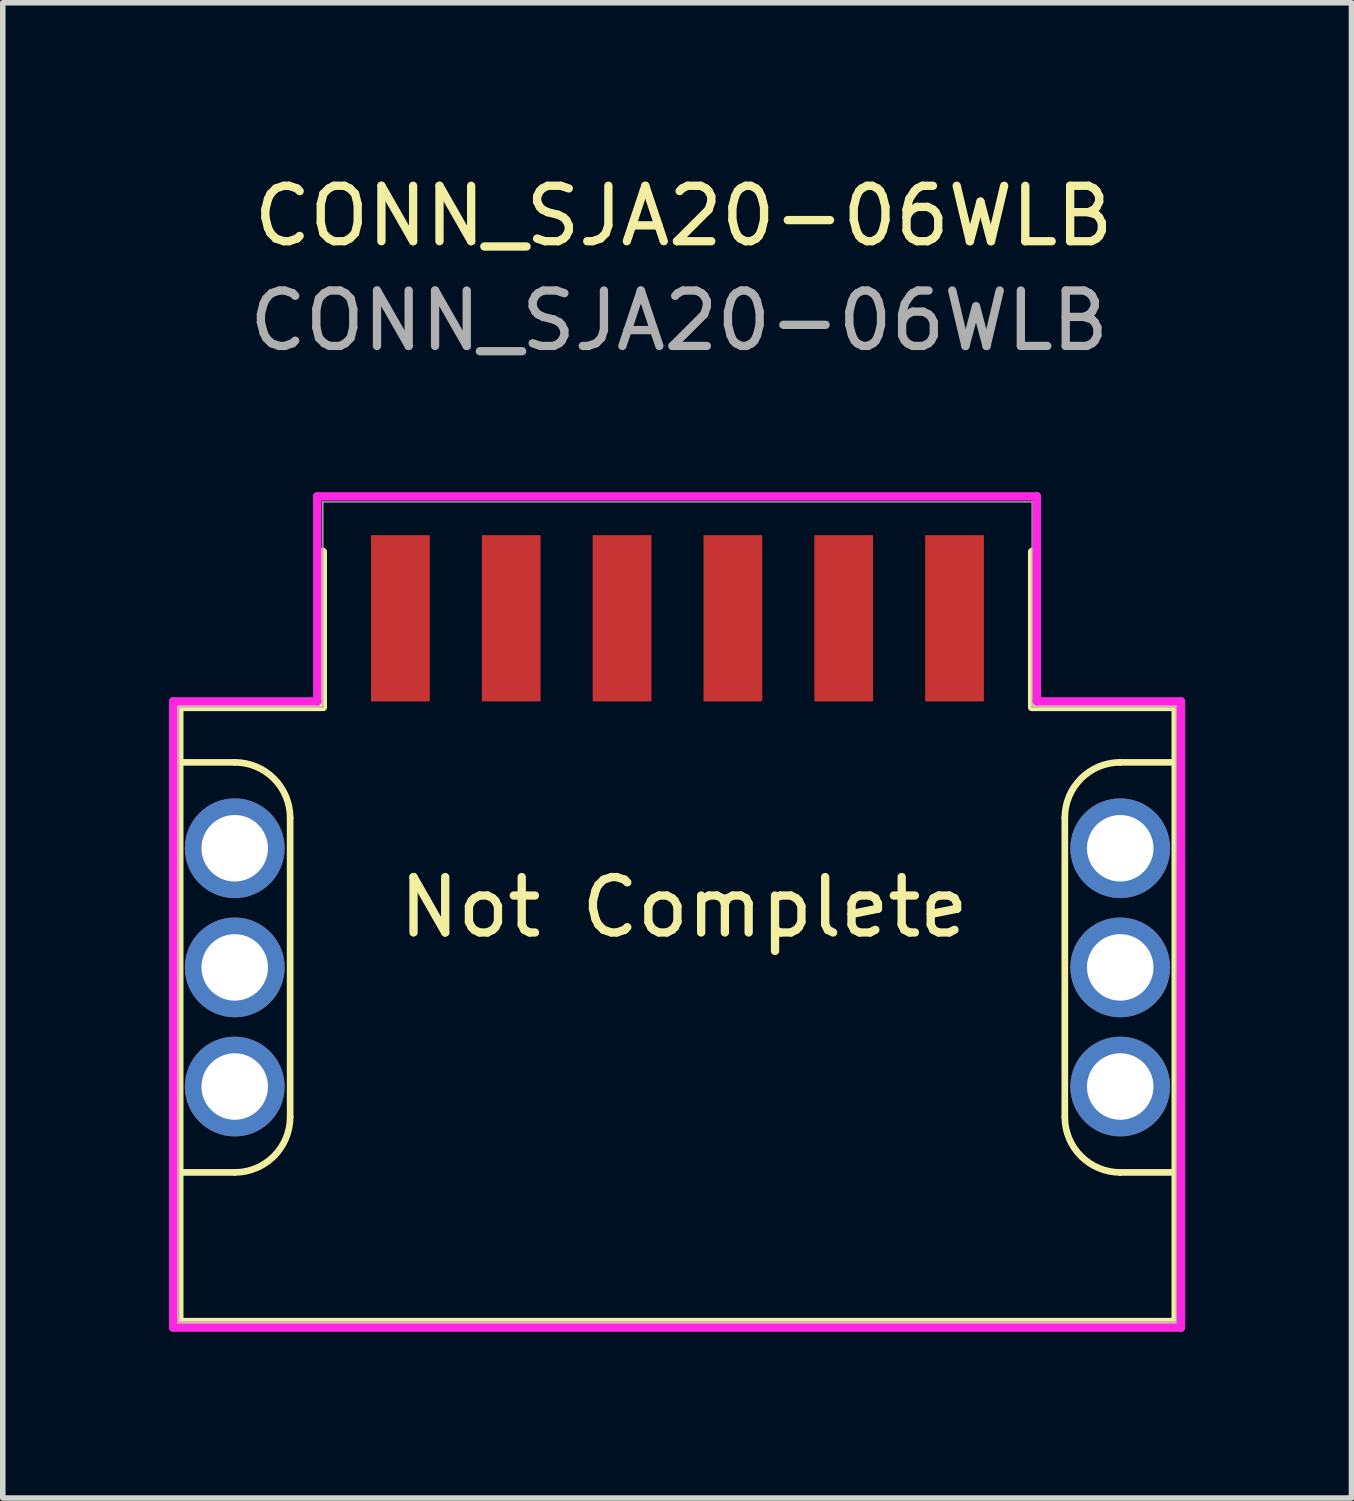
<source format=kicad_pcb>
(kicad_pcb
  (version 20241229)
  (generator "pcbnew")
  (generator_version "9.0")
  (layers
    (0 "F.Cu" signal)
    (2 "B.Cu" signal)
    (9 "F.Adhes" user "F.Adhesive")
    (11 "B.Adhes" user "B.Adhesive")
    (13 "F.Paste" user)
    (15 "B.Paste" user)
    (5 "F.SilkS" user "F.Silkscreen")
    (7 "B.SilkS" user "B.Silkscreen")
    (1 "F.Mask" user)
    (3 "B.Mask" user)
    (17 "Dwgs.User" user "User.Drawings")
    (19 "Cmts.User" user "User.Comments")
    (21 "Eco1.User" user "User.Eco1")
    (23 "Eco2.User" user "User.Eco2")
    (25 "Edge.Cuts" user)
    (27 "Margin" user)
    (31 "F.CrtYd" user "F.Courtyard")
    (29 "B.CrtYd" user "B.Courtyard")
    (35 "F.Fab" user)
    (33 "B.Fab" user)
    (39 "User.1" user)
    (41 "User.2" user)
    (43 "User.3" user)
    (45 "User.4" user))
  (footprint "CONN_SJA20-06WLB"
    (layer "F.Cu")
    (at 9.176 13.908)
    (property "Reference" "CONN_SJA20-06WLB" (at 0.11 -13.06 0) (unlocked yes) (layer "F.SilkS") (effects (font (size 1 1) (thickness 0.15))))
    (attr smd)
    (fp_line (start -8.99 -4.2) (end -6.4 -4.2) (stroke (width 0.15) (type default)) (layer "F.SilkS"))
    (fp_line (start -8.99 -3.2) (end -8.99 -4.2) (stroke (width 0.15) (type default)) (layer "F.SilkS"))
    (fp_line (start -8.99 -3.2) (end -8.99 4.2) (stroke (width 0.15) (type default)) (layer "F.SilkS"))
    (fp_line (start -8.99 4.2) (end -7.99 4.2) (stroke (width 0.12) (type default)) (layer "F.SilkS"))
    (fp_line (start -8.99 6.9) (end -8.99 4.2) (stroke (width 0.15) (type default)) (layer "F.SilkS"))
    (fp_line (start -8.99 6.9) (end 8.99 6.9) (stroke (width 0.15) (type solid)) (layer "F.SilkS"))
    (fp_line (start -7.99 -3.2) (end -8.99 -3.2) (stroke (width 0.12) (type default)) (layer "F.SilkS"))
    (fp_line (start -6.99 3.2) (end -6.99 -2.2) (stroke (width 0.12) (type default)) (layer "F.SilkS"))
    (fp_line (start -6.4 -7) (end -6.4 -4.2) (stroke (width 0.15) (type default)) (layer "F.SilkS"))
    (fp_line (start 6.4 -4.2) (end 6.4 -7) (stroke (width 0.15) (type default)) (layer "F.SilkS"))
    (fp_line (start 6.4 -4.2) (end 8.99 -4.2) (stroke (width 0.15) (type default)) (layer "F.SilkS"))
    (fp_line (start 6.99 -2.2) (end 6.99 3.2) (stroke (width 0.12) (type default)) (layer "F.SilkS"))
    (fp_line (start 7.99 4.2) (end 8.99 4.2) (stroke (width 0.12) (type default)) (layer "F.SilkS"))
    (fp_line (start 8.99 -3.2) (end 7.99 -3.2) (stroke (width 0.12) (type default)) (layer "F.SilkS"))
    (fp_line (start 8.99 -3.2) (end 8.99 -4.2) (stroke (width 0.15) (type default)) (layer "F.SilkS"))
    (fp_line (start 8.99 4.2) (end 8.99 -3.2) (stroke (width 0.15) (type default)) (layer "F.SilkS"))
    (fp_line (start 8.99 6.9) (end 8.99 4.2) (stroke (width 0.15) (type default)) (layer "F.SilkS"))
    (fp_arc (start -7.99 -3.2) (mid -7.282894 -2.907106) (end -6.99 -2.2) (stroke (width 0.12) (type default)) (layer "F.SilkS"))
    (fp_arc (start -6.99 3.2) (mid -7.282893 3.907106) (end -7.99 4.2) (stroke (width 0.12) (type default)) (layer "F.SilkS"))
    (fp_arc (start 6.99 -2.2) (mid 7.282894 -2.907106) (end 7.99 -3.2) (stroke (width 0.12) (type default)) (layer "F.SilkS"))
    (fp_arc (start 7.99 4.2) (mid 7.282894 3.907106) (end 6.99 3.2) (stroke (width 0.12) (type default)) (layer "F.SilkS"))
    (fp_line (start -9.1 -4.3) (end -9.1 7) (stroke (width 0.152) (type solid)) (layer "F.CrtYd"))
    (fp_line (start -9.1 -4.3) (end -6.5 -4.3) (stroke (width 0.152) (type solid)) (layer "F.CrtYd"))
    (fp_line (start -9.1 7) (end 9.086 7) (stroke (width 0.152) (type solid)) (layer "F.CrtYd"))
    (fp_line (start -6.5 -8) (end -6.5 -4.3) (stroke (width 0.152) (type solid)) (layer "F.CrtYd"))
    (fp_line (start -6.5 -8) (end 6.486 -8) (stroke (width 0.152) (type solid)) (layer "F.CrtYd"))
    (fp_line (start 6.486 -8) (end 6.486 -4.3) (stroke (width 0.152) (type solid)) (layer "F.CrtYd"))
    (fp_line (start 6.486 -4.3) (end 9.086 -4.3) (stroke (width 0.152) (type solid)) (layer "F.CrtYd"))
    (fp_line (start 9.086 7) (end 9.086 -4.3) (stroke (width 0.152) (type solid)) (layer "F.CrtYd"))
    (fp_line (start -9 -4.2) (end -9 6.9) (stroke (width 0.025) (type solid)) (layer "F.Fab"))
    (fp_line (start -9 -4.2) (end -6.4 -4.2) (stroke (width 0.025) (type solid)) (layer "F.Fab"))
    (fp_line (start -9 6.9) (end 9 6.9) (stroke (width 0.025) (type solid)) (layer "F.Fab"))
    (fp_line (start -6.4 -7.9) (end -6.4 -4.2) (stroke (width 0.025) (type solid)) (layer "F.Fab"))
    (fp_line (start 6.4 -7.9) (end -6.4 -7.9) (stroke (width 0.025) (type solid)) (layer "F.Fab"))
    (fp_line (start 6.4 -7.9) (end 6.4 -4.2) (stroke (width 0.025) (type solid)) (layer "F.Fab"))
    (fp_line (start 9 -4.2) (end 6.4 -4.2) (stroke (width 0.025) (type solid)) (layer "F.Fab"))
    (fp_line (start 9 -4.2) (end 9 6.9) (stroke (width 0.025) (type solid)) (layer "F.Fab"))
    (fp_text user "Not Complete" (at -5.1 0 0) (unlocked yes) (layer "F.SilkS") (effects (font (size 1 1) (thickness 0.15)) (justify left bottom)))
    (fp_text user "${REFERENCE}" (at 0.03 -11.17 0) (unlocked yes) (layer "F.Fab") (effects (font (size 1 1) (thickness 0.15))))
    (pad "" thru_hole circle (at -7.99 -1.65 90) (size 1.8 1.8) (drill 1.2) (layers "*.Cu" "*.Mask"))
    (pad "" thru_hole circle (at -7.99 0.5 90) (size 1.8 1.8) (drill 1.2) (layers "*.Cu" "*.Mask"))
    (pad "" thru_hole circle (at -7.99 2.65 90) (size 1.8 1.8) (drill 1.2) (layers "*.Cu" "*.Mask"))
    (pad "" thru_hole circle (at 7.99 -1.65 90) (size 1.8 1.8) (drill 1.2) (layers "*.Cu" "*.Mask"))
    (pad "" thru_hole circle (at 7.99 0.5 90) (size 1.8 1.8) (drill 1.2) (layers "*.Cu" "*.Mask"))
    (pad "" thru_hole circle (at 7.99 2.65 90) (size 1.8 1.8) (drill 1.2) (layers "*.Cu" "*.Mask"))
    (pad "1" smd rect (at 5 -5.8) (size 1.06 3) (layers "F.Cu" "F.Mask" "F.Paste"))
    (pad "2" smd rect (at 3 -5.8) (size 1.06 3) (layers "F.Cu" "F.Mask" "F.Paste"))
    (pad "3" smd rect (at 1 -5.8) (size 1.06 3) (layers "F.Cu" "F.Mask" "F.Paste"))
    (pad "4" smd rect (at -1 -5.8) (size 1.06 3) (layers "F.Cu" "F.Mask" "F.Paste"))
    (pad "5" smd rect (at -3 -5.8) (size 1.06 3) (layers "F.Cu" "F.Mask" "F.Paste"))
    (pad "6" smd rect (at -5 -5.8) (size 1.06 3) (layers "F.Cu" "F.Mask" "F.Paste")))
  (gr_rect
    (start -3 -3)
    (end 21.339 23.984)
    (stroke (width 0.1) (type default))
    (fill no)
    (layer "Edge.Cuts")))
</source>
